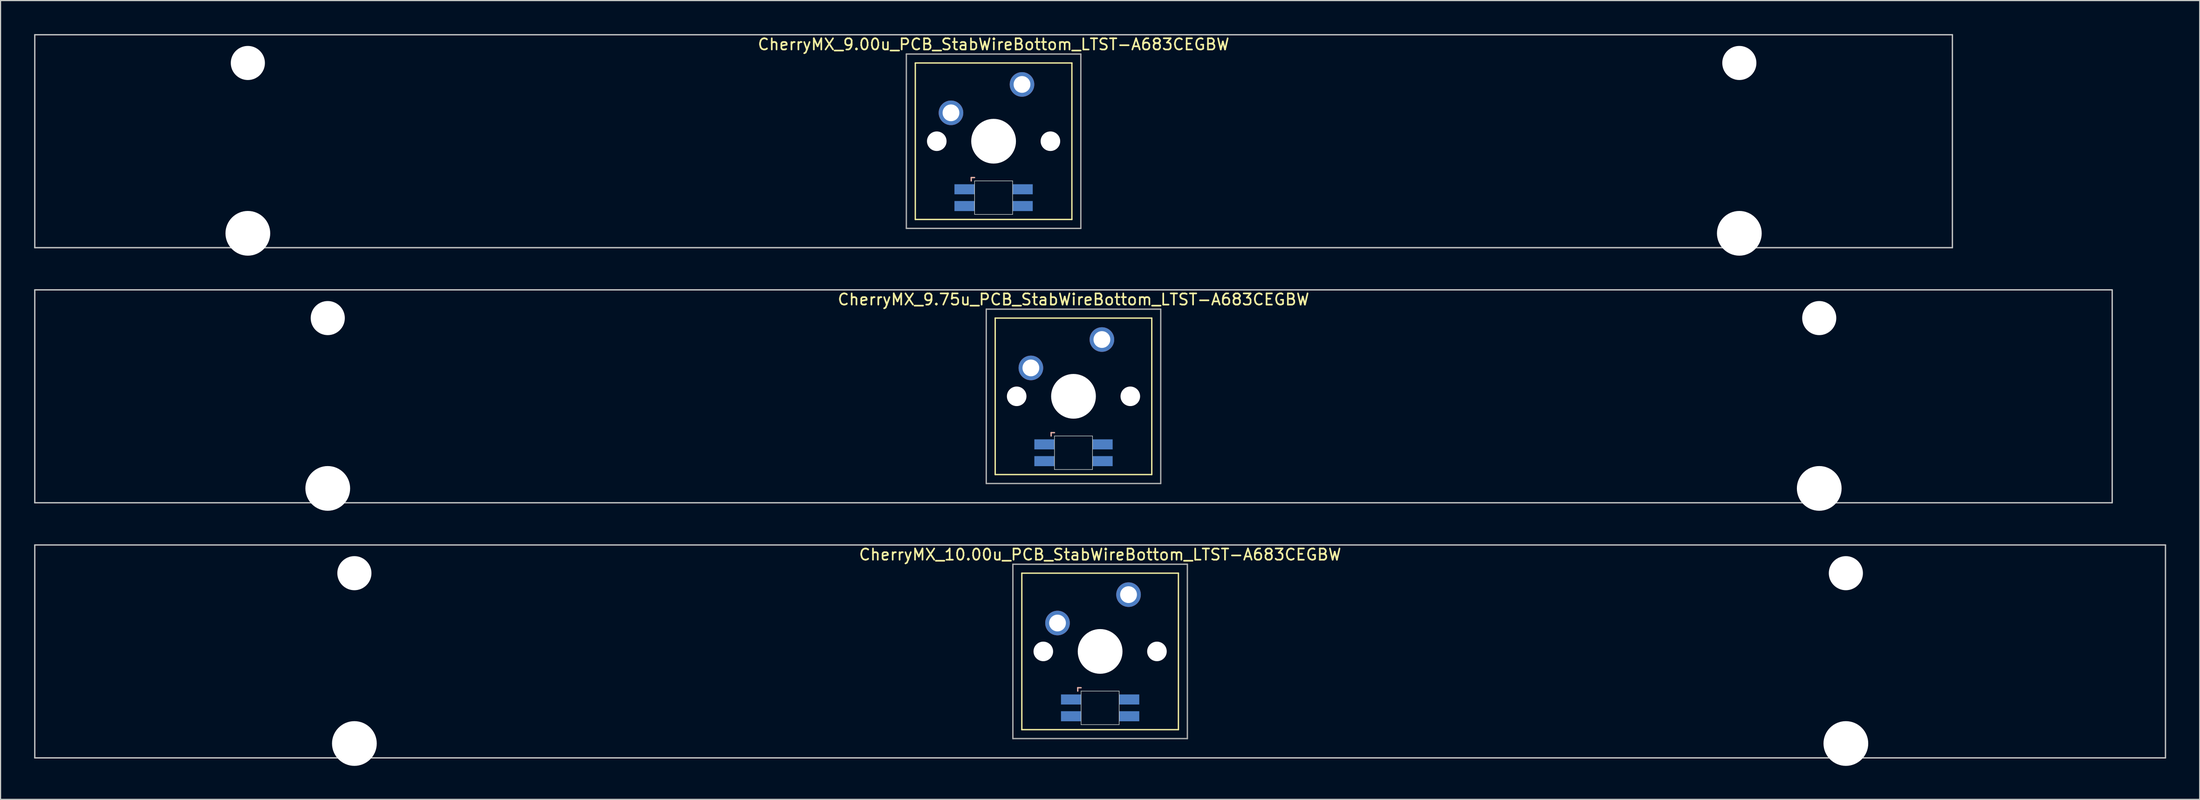
<source format=kicad_pcb>
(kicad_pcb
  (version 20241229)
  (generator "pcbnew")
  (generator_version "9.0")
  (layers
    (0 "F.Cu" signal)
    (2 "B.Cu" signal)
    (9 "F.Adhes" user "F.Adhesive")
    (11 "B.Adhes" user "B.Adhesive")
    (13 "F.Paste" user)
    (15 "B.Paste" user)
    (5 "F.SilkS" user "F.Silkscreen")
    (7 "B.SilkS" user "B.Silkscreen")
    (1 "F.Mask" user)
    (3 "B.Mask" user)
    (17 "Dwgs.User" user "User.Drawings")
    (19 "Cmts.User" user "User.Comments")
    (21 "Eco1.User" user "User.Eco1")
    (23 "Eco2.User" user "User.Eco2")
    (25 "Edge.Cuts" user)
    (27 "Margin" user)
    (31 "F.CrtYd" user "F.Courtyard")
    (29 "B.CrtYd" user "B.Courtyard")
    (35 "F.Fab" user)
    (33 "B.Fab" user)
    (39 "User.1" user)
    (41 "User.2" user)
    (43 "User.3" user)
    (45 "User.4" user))
  (footprint "CherryMX_9.75u_PCB_StabWireBottom_LTST-A683CEGBW"
    (layer "F.Cu")
    (at 92.929 32.41)
    (property "Reference" "CherryMX_9.75u_PCB_StabWireBottom_LTST-A683CEGBW" (at 0 -8.662 0) (layer "F.SilkS") (effects (font (size 1 1) (thickness 0.15))))
    (attr through_hole)
    (fp_line (start -7 -7) (end -7 7) (stroke (width 0.12) (type solid)) (layer "F.SilkS"))
    (fp_line (start -7 -7) (end 7 -7) (stroke (width 0.12) (type solid)) (layer "F.SilkS"))
    (fp_line (start 7 -7) (end 7 7) (stroke (width 0.12) (type solid)) (layer "F.SilkS"))
    (fp_line (start 7 7) (end -7 7) (stroke (width 0.12) (type solid)) (layer "F.SilkS"))
    (fp_line (start -2 3.25) (end -2 3.55) (stroke (width 0.12) (type solid)) (layer "B.SilkS"))
    (fp_line (start -1.7 3.25) (end -2 3.25) (stroke (width 0.12) (type solid)) (layer "B.SilkS"))
    (fp_line (start -92.869 -9.525) (end 92.869 -9.525) (stroke (width 0.12) (type solid)) (layer "Dwgs.User"))
    (fp_line (start -92.869 9.525) (end -92.869 -9.525) (stroke (width 0.12) (type solid)) (layer "Dwgs.User"))
    (fp_line (start 92.869 -9.525) (end 92.869 9.525) (stroke (width 0.12) (type solid)) (layer "Dwgs.User"))
    (fp_line (start 92.869 9.525) (end -92.869 9.525) (stroke (width 0.12) (type solid)) (layer "Dwgs.User"))
    (fp_line (start -1.7 3.55) (end 1.7 3.55) (stroke (width 0.05) (type solid)) (layer "Edge.Cuts"))
    (fp_line (start -1.7 6.55) (end -1.7 3.55) (stroke (width 0.05) (type solid)) (layer "Edge.Cuts"))
    (fp_line (start 1.7 3.55) (end 1.7 6.55) (stroke (width 0.05) (type solid)) (layer "Edge.Cuts"))
    (fp_line (start 1.7 6.55) (end -1.7 6.55) (stroke (width 0.05) (type solid)) (layer "Edge.Cuts"))
    (fp_line (start -7.8 -7.8) (end -7.8 7.8) (stroke (width 0.12) (type solid)) (layer "F.Fab"))
    (fp_line (start -7.8 -7.8) (end 7.8 -7.8) (stroke (width 0.12) (type solid)) (layer "F.Fab"))
    (fp_line (start -7.8 7.8) (end 7.8 7.8) (stroke (width 0.12) (type solid)) (layer "F.Fab"))
    (fp_line (start 7.8 -7.8) (end 7.8 7.8) (stroke (width 0.12) (type solid)) (layer "F.Fab"))
    (pad "" np_thru_hole circle (at -66.675 -7) (size 3.05 3.05) (drill 3.05) (layers "*.Cu" "*.Mask"))
    (pad "" np_thru_hole circle (at -66.675 8.24) (size 4 4) (drill 4) (layers "*.Cu" "*.Mask"))
    (pad "" np_thru_hole circle (at -5.08 0) (size 1.75 1.75) (drill 1.75) (layers "*.Cu" "*.Mask"))
    (pad "" np_thru_hole circle (at 0 0) (size 4 4) (drill 4) (layers "*.Cu" "*.Mask"))
    (pad "" np_thru_hole circle (at 5.08 0) (size 1.75 1.75) (drill 1.75) (layers "*.Cu" "*.Mask"))
    (pad "" np_thru_hole circle (at 66.675 -7) (size 3.05 3.05) (drill 3.05) (layers "*.Cu" "*.Mask"))
    (pad "" np_thru_hole circle (at 66.675 8.24) (size 4 4) (drill 4) (layers "*.Cu" "*.Mask"))
    (pad "1" thru_hole circle (at -3.81 -2.54) (size 2.2 2.2) (drill 1.5) (layers "*.Cu" "*.Mask"))
    (pad "2" thru_hole circle (at 2.54 -5.08) (size 2.2 2.2) (drill 1.5) (layers "*.Cu" "*.Mask"))
    (pad "3" smd rect (at -2.6 4.3) (size 1.8 0.9) (layers "B.Cu" "B.Mask" "B.Paste"))
    (pad "4" smd rect (at -2.6 5.8) (size 1.8 0.9) (layers "B.Cu" "B.Mask" "B.Paste"))
    (pad "5" smd rect (at 2.6 4.3) (size 1.8 0.9) (layers "B.Cu" "B.Mask" "B.Paste"))
    (pad "6" smd rect (at 2.6 5.8) (size 1.8 0.9) (layers "B.Cu" "B.Mask" "B.Paste")))
  (footprint "CherryMX_10.00u_PCB_StabWireBottom_LTST-A683CEGBW"
    (layer "F.Cu")
    (at 95.31 55.235)
    (property "Reference" "CherryMX_10.00u_PCB_StabWireBottom_LTST-A683CEGBW" (at 0 -8.662 0) (layer "F.SilkS") (effects (font (size 1 1) (thickness 0.15))))
    (attr through_hole)
    (fp_line (start -7 -7) (end -7 7) (stroke (width 0.12) (type solid)) (layer "F.SilkS"))
    (fp_line (start -7 -7) (end 7 -7) (stroke (width 0.12) (type solid)) (layer "F.SilkS"))
    (fp_line (start 7 -7) (end 7 7) (stroke (width 0.12) (type solid)) (layer "F.SilkS"))
    (fp_line (start 7 7) (end -7 7) (stroke (width 0.12) (type solid)) (layer "F.SilkS"))
    (fp_line (start -2 3.25) (end -2 3.55) (stroke (width 0.12) (type solid)) (layer "B.SilkS"))
    (fp_line (start -1.7 3.25) (end -2 3.25) (stroke (width 0.12) (type solid)) (layer "B.SilkS"))
    (fp_line (start -95.25 -9.525) (end 95.25 -9.525) (stroke (width 0.12) (type solid)) (layer "Dwgs.User"))
    (fp_line (start -95.25 9.525) (end -95.25 -9.525) (stroke (width 0.12) (type solid)) (layer "Dwgs.User"))
    (fp_line (start 95.25 -9.525) (end 95.25 9.525) (stroke (width 0.12) (type solid)) (layer "Dwgs.User"))
    (fp_line (start 95.25 9.525) (end -95.25 9.525) (stroke (width 0.12) (type solid)) (layer "Dwgs.User"))
    (fp_line (start -1.7 3.55) (end 1.7 3.55) (stroke (width 0.05) (type solid)) (layer "Edge.Cuts"))
    (fp_line (start -1.7 6.55) (end -1.7 3.55) (stroke (width 0.05) (type solid)) (layer "Edge.Cuts"))
    (fp_line (start 1.7 3.55) (end 1.7 6.55) (stroke (width 0.05) (type solid)) (layer "Edge.Cuts"))
    (fp_line (start 1.7 6.55) (end -1.7 6.55) (stroke (width 0.05) (type solid)) (layer "Edge.Cuts"))
    (fp_line (start -7.8 -7.8) (end -7.8 7.8) (stroke (width 0.12) (type solid)) (layer "F.Fab"))
    (fp_line (start -7.8 -7.8) (end 7.8 -7.8) (stroke (width 0.12) (type solid)) (layer "F.Fab"))
    (fp_line (start -7.8 7.8) (end 7.8 7.8) (stroke (width 0.12) (type solid)) (layer "F.Fab"))
    (fp_line (start 7.8 -7.8) (end 7.8 7.8) (stroke (width 0.12) (type solid)) (layer "F.Fab"))
    (pad "" np_thru_hole circle (at -66.675 -7) (size 3.05 3.05) (drill 3.05) (layers "*.Cu" "*.Mask"))
    (pad "" np_thru_hole circle (at -66.675 8.24) (size 4 4) (drill 4) (layers "*.Cu" "*.Mask"))
    (pad "" np_thru_hole circle (at -5.08 0) (size 1.75 1.75) (drill 1.75) (layers "*.Cu" "*.Mask"))
    (pad "" np_thru_hole circle (at 0 0) (size 4 4) (drill 4) (layers "*.Cu" "*.Mask"))
    (pad "" np_thru_hole circle (at 5.08 0) (size 1.75 1.75) (drill 1.75) (layers "*.Cu" "*.Mask"))
    (pad "" np_thru_hole circle (at 66.675 -7) (size 3.05 3.05) (drill 3.05) (layers "*.Cu" "*.Mask"))
    (pad "" np_thru_hole circle (at 66.675 8.24) (size 4 4) (drill 4) (layers "*.Cu" "*.Mask"))
    (pad "1" thru_hole circle (at -3.81 -2.54) (size 2.2 2.2) (drill 1.5) (layers "*.Cu" "*.Mask"))
    (pad "2" thru_hole circle (at 2.54 -5.08) (size 2.2 2.2) (drill 1.5) (layers "*.Cu" "*.Mask"))
    (pad "3" smd rect (at -2.6 4.3) (size 1.8 0.9) (layers "B.Cu" "B.Mask" "B.Paste"))
    (pad "4" smd rect (at -2.6 5.8) (size 1.8 0.9) (layers "B.Cu" "B.Mask" "B.Paste"))
    (pad "5" smd rect (at 2.6 4.3) (size 1.8 0.9) (layers "B.Cu" "B.Mask" "B.Paste"))
    (pad "6" smd rect (at 2.6 5.8) (size 1.8 0.9) (layers "B.Cu" "B.Mask" "B.Paste")))
  (footprint "CherryMX_9.00u_PCB_StabWireBottom_LTST-A683CEGBW"
    (layer "F.Cu")
    (at 85.785 9.585)
    (property "Reference" "CherryMX_9.00u_PCB_StabWireBottom_LTST-A683CEGBW" (at 0 -8.662 0) (layer "F.SilkS") (effects (font (size 1 1) (thickness 0.15))))
    (attr through_hole)
    (fp_line (start -7 -7) (end -7 7) (stroke (width 0.12) (type solid)) (layer "F.SilkS"))
    (fp_line (start -7 -7) (end 7 -7) (stroke (width 0.12) (type solid)) (layer "F.SilkS"))
    (fp_line (start 7 -7) (end 7 7) (stroke (width 0.12) (type solid)) (layer "F.SilkS"))
    (fp_line (start 7 7) (end -7 7) (stroke (width 0.12) (type solid)) (layer "F.SilkS"))
    (fp_line (start -2 3.25) (end -2 3.55) (stroke (width 0.12) (type solid)) (layer "B.SilkS"))
    (fp_line (start -1.7 3.25) (end -2 3.25) (stroke (width 0.12) (type solid)) (layer "B.SilkS"))
    (fp_line (start -85.725 -9.525) (end 85.725 -9.525) (stroke (width 0.12) (type solid)) (layer "Dwgs.User"))
    (fp_line (start -85.725 9.525) (end -85.725 -9.525) (stroke (width 0.12) (type solid)) (layer "Dwgs.User"))
    (fp_line (start 85.725 -9.525) (end 85.725 9.525) (stroke (width 0.12) (type solid)) (layer "Dwgs.User"))
    (fp_line (start 85.725 9.525) (end -85.725 9.525) (stroke (width 0.12) (type solid)) (layer "Dwgs.User"))
    (fp_line (start -1.7 3.55) (end 1.7 3.55) (stroke (width 0.05) (type solid)) (layer "Edge.Cuts"))
    (fp_line (start -1.7 6.55) (end -1.7 3.55) (stroke (width 0.05) (type solid)) (layer "Edge.Cuts"))
    (fp_line (start 1.7 3.55) (end 1.7 6.55) (stroke (width 0.05) (type solid)) (layer "Edge.Cuts"))
    (fp_line (start 1.7 6.55) (end -1.7 6.55) (stroke (width 0.05) (type solid)) (layer "Edge.Cuts"))
    (fp_line (start -7.8 -7.8) (end -7.8 7.8) (stroke (width 0.12) (type solid)) (layer "F.Fab"))
    (fp_line (start -7.8 -7.8) (end 7.8 -7.8) (stroke (width 0.12) (type solid)) (layer "F.Fab"))
    (fp_line (start -7.8 7.8) (end 7.8 7.8) (stroke (width 0.12) (type solid)) (layer "F.Fab"))
    (fp_line (start 7.8 -7.8) (end 7.8 7.8) (stroke (width 0.12) (type solid)) (layer "F.Fab"))
    (pad "" np_thru_hole circle (at -66.675 -7) (size 3.05 3.05) (drill 3.05) (layers "*.Cu" "*.Mask"))
    (pad "" np_thru_hole circle (at -66.675 8.24) (size 4 4) (drill 4) (layers "*.Cu" "*.Mask"))
    (pad "" np_thru_hole circle (at -5.08 0) (size 1.75 1.75) (drill 1.75) (layers "*.Cu" "*.Mask"))
    (pad "" np_thru_hole circle (at 0 0) (size 4 4) (drill 4) (layers "*.Cu" "*.Mask"))
    (pad "" np_thru_hole circle (at 5.08 0) (size 1.75 1.75) (drill 1.75) (layers "*.Cu" "*.Mask"))
    (pad "" np_thru_hole circle (at 66.675 -7) (size 3.05 3.05) (drill 3.05) (layers "*.Cu" "*.Mask"))
    (pad "" np_thru_hole circle (at 66.675 8.24) (size 4 4) (drill 4) (layers "*.Cu" "*.Mask"))
    (pad "1" thru_hole circle (at -3.81 -2.54) (size 2.2 2.2) (drill 1.5) (layers "*.Cu" "*.Mask"))
    (pad "2" thru_hole circle (at 2.54 -5.08) (size 2.2 2.2) (drill 1.5) (layers "*.Cu" "*.Mask"))
    (pad "3" smd rect (at -2.6 4.3) (size 1.8 0.9) (layers "B.Cu" "B.Mask" "B.Paste"))
    (pad "4" smd rect (at -2.6 5.8) (size 1.8 0.9) (layers "B.Cu" "B.Mask" "B.Paste"))
    (pad "5" smd rect (at 2.6 4.3) (size 1.8 0.9) (layers "B.Cu" "B.Mask" "B.Paste"))
    (pad "6" smd rect (at 2.6 5.8) (size 1.8 0.9) (layers "B.Cu" "B.Mask" "B.Paste")))
  (gr_rect
    (start -3 -3)
    (end 193.62 68.475)
    (stroke (width 0.1) (type default))
    (fill no)
    (layer "Edge.Cuts")))
</source>
